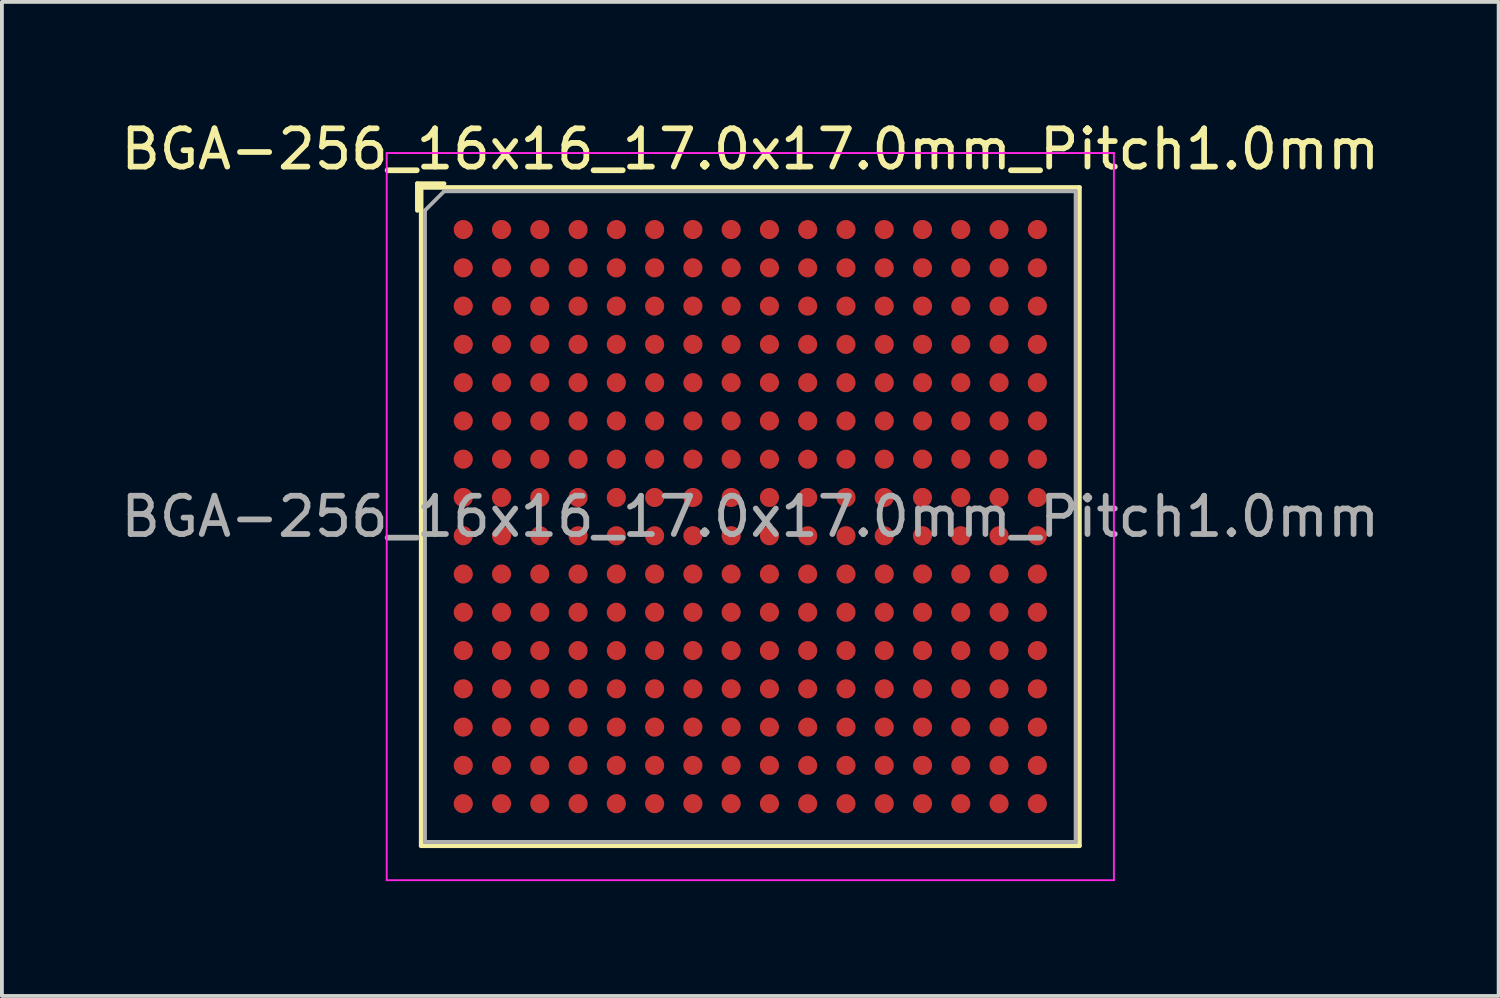
<source format=kicad_pcb>
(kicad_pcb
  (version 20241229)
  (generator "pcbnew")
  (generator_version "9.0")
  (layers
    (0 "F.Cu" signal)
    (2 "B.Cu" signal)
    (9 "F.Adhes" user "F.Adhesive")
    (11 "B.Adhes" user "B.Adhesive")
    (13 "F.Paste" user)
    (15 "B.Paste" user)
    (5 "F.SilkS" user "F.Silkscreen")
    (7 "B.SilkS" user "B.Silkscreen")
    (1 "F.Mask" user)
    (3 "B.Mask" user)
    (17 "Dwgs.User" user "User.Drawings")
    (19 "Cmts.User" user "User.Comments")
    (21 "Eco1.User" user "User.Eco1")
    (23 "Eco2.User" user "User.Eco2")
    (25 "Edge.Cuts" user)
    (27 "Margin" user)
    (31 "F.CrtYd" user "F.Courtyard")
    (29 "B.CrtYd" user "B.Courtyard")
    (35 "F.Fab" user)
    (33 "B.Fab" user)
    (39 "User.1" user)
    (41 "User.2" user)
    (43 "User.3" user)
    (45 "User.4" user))
  (footprint "BGA-256_16x16_17.0x17.0mm_Pitch1.0mm"
    (layer "F.Cu")
    (at 16.554 10.448)
    (property "Reference" "BGA-256_16x16_17.0x17.0mm_Pitch1.0mm" (at 0 -9.6 0) (layer "F.SilkS") (effects (font (size 1 1) (thickness 0.15))))
    (attr smd)
    (fp_line (start -8.7 -8.7) (end -8.7 -8) (stroke (width 0.12) (type solid)) (layer "F.SilkS"))
    (fp_line (start -8.6 -8.6) (end -8.6 8.6) (stroke (width 0.12) (type solid)) (layer "F.SilkS"))
    (fp_line (start -8.6 8.6) (end 8.6 8.6) (stroke (width 0.12) (type solid)) (layer "F.SilkS"))
    (fp_line (start -8 -8.7) (end -8.7 -8.7) (stroke (width 0.12) (type solid)) (layer "F.SilkS"))
    (fp_line (start 8.6 -8.6) (end -8.6 -8.6) (stroke (width 0.12) (type solid)) (layer "F.SilkS"))
    (fp_line (start 8.6 8.6) (end 8.6 -8.6) (stroke (width 0.12) (type solid)) (layer "F.SilkS"))
    (fp_line (start -9.5 -9.5) (end -9.5 9.5) (stroke (width 0.05) (type solid)) (layer "F.CrtYd"))
    (fp_line (start -9.5 -9.5) (end 9.5 -9.5) (stroke (width 0.05) (type solid)) (layer "F.CrtYd"))
    (fp_line (start 9.5 9.5) (end -9.5 9.5) (stroke (width 0.05) (type solid)) (layer "F.CrtYd"))
    (fp_line (start 9.5 9.5) (end 9.5 -9.5) (stroke (width 0.05) (type solid)) (layer "F.CrtYd"))
    (fp_line (start -8.5 -8) (end -8.5 8.5) (stroke (width 0.1) (type solid)) (layer "F.Fab"))
    (fp_line (start -8.5 8.5) (end 8.5 8.5) (stroke (width 0.1) (type solid)) (layer "F.Fab"))
    (fp_line (start -8 -8.5) (end -8.5 -8) (stroke (width 0.1) (type solid)) (layer "F.Fab"))
    (fp_line (start 8.5 -8.5) (end -8 -8.5) (stroke (width 0.1) (type solid)) (layer "F.Fab"))
    (fp_line (start 8.5 8.5) (end 8.5 -8.5) (stroke (width 0.1) (type solid)) (layer "F.Fab"))
    (fp_text user "${REFERENCE}" (at 0 0 0) (layer "F.Fab") (effects (font (size 1 1) (thickness 0.15))))
    (pad "A1" smd circle (at -7.5 -7.5) (size 0.5 0.5) (layers "F.Cu" "F.Mask" "F.Paste"))
    (pad "A2" smd circle (at -6.5 -7.5) (size 0.5 0.5) (layers "F.Cu" "F.Mask" "F.Paste"))
    (pad "A3" smd circle (at -5.5 -7.5) (size 0.5 0.5) (layers "F.Cu" "F.Mask" "F.Paste"))
    (pad "A4" smd circle (at -4.5 -7.5) (size 0.5 0.5) (layers "F.Cu" "F.Mask" "F.Paste"))
    (pad "A5" smd circle (at -3.5 -7.5) (size 0.5 0.5) (layers "F.Cu" "F.Mask" "F.Paste"))
    (pad "A6" smd circle (at -2.5 -7.5) (size 0.5 0.5) (layers "F.Cu" "F.Mask" "F.Paste"))
    (pad "A7" smd circle (at -1.5 -7.5) (size 0.5 0.5) (layers "F.Cu" "F.Mask" "F.Paste"))
    (pad "A8" smd circle (at -0.5 -7.5) (size 0.5 0.5) (layers "F.Cu" "F.Mask" "F.Paste"))
    (pad "A9" smd circle (at 0.5 -7.5) (size 0.5 0.5) (layers "F.Cu" "F.Mask" "F.Paste"))
    (pad "A10" smd circle (at 1.5 -7.5) (size 0.5 0.5) (layers "F.Cu" "F.Mask" "F.Paste"))
    (pad "A11" smd circle (at 2.5 -7.5) (size 0.5 0.5) (layers "F.Cu" "F.Mask" "F.Paste"))
    (pad "A12" smd circle (at 3.5 -7.5) (size 0.5 0.5) (layers "F.Cu" "F.Mask" "F.Paste"))
    (pad "A13" smd circle (at 4.5 -7.5) (size 0.5 0.5) (layers "F.Cu" "F.Mask" "F.Paste"))
    (pad "A14" smd circle (at 5.5 -7.5) (size 0.5 0.5) (layers "F.Cu" "F.Mask" "F.Paste"))
    (pad "A15" smd circle (at 6.5 -7.5) (size 0.5 0.5) (layers "F.Cu" "F.Mask" "F.Paste"))
    (pad "A16" smd circle (at 7.5 -7.5) (size 0.5 0.5) (layers "F.Cu" "F.Mask" "F.Paste"))
    (pad "B1" smd circle (at -7.5 -6.5) (size 0.5 0.5) (layers "F.Cu" "F.Mask" "F.Paste"))
    (pad "B2" smd circle (at -6.5 -6.5) (size 0.5 0.5) (layers "F.Cu" "F.Mask" "F.Paste"))
    (pad "B3" smd circle (at -5.5 -6.5) (size 0.5 0.5) (layers "F.Cu" "F.Mask" "F.Paste"))
    (pad "B4" smd circle (at -4.5 -6.5) (size 0.5 0.5) (layers "F.Cu" "F.Mask" "F.Paste"))
    (pad "B5" smd circle (at -3.5 -6.5) (size 0.5 0.5) (layers "F.Cu" "F.Mask" "F.Paste"))
    (pad "B6" smd circle (at -2.5 -6.5) (size 0.5 0.5) (layers "F.Cu" "F.Mask" "F.Paste"))
    (pad "B7" smd circle (at -1.5 -6.5) (size 0.5 0.5) (layers "F.Cu" "F.Mask" "F.Paste"))
    (pad "B8" smd circle (at -0.5 -6.5) (size 0.5 0.5) (layers "F.Cu" "F.Mask" "F.Paste"))
    (pad "B9" smd circle (at 0.5 -6.5) (size 0.5 0.5) (layers "F.Cu" "F.Mask" "F.Paste"))
    (pad "B10" smd circle (at 1.5 -6.5) (size 0.5 0.5) (layers "F.Cu" "F.Mask" "F.Paste"))
    (pad "B11" smd circle (at 2.5 -6.5) (size 0.5 0.5) (layers "F.Cu" "F.Mask" "F.Paste"))
    (pad "B12" smd circle (at 3.5 -6.5) (size 0.5 0.5) (layers "F.Cu" "F.Mask" "F.Paste"))
    (pad "B13" smd circle (at 4.5 -6.5) (size 0.5 0.5) (layers "F.Cu" "F.Mask" "F.Paste"))
    (pad "B14" smd circle (at 5.5 -6.5) (size 0.5 0.5) (layers "F.Cu" "F.Mask" "F.Paste"))
    (pad "B15" smd circle (at 6.5 -6.5) (size 0.5 0.5) (layers "F.Cu" "F.Mask" "F.Paste"))
    (pad "B16" smd circle (at 7.5 -6.5) (size 0.5 0.5) (layers "F.Cu" "F.Mask" "F.Paste"))
    (pad "C1" smd circle (at -7.5 -5.5) (size 0.5 0.5) (layers "F.Cu" "F.Mask" "F.Paste"))
    (pad "C2" smd circle (at -6.5 -5.5) (size 0.5 0.5) (layers "F.Cu" "F.Mask" "F.Paste"))
    (pad "C3" smd circle (at -5.5 -5.5) (size 0.5 0.5) (layers "F.Cu" "F.Mask" "F.Paste"))
    (pad "C4" smd circle (at -4.5 -5.5) (size 0.5 0.5) (layers "F.Cu" "F.Mask" "F.Paste"))
    (pad "C5" smd circle (at -3.5 -5.5) (size 0.5 0.5) (layers "F.Cu" "F.Mask" "F.Paste"))
    (pad "C6" smd circle (at -2.5 -5.5) (size 0.5 0.5) (layers "F.Cu" "F.Mask" "F.Paste"))
    (pad "C7" smd circle (at -1.5 -5.5) (size 0.5 0.5) (layers "F.Cu" "F.Mask" "F.Paste"))
    (pad "C8" smd circle (at -0.5 -5.5) (size 0.5 0.5) (layers "F.Cu" "F.Mask" "F.Paste"))
    (pad "C9" smd circle (at 0.5 -5.5) (size 0.5 0.5) (layers "F.Cu" "F.Mask" "F.Paste"))
    (pad "C10" smd circle (at 1.5 -5.5) (size 0.5 0.5) (layers "F.Cu" "F.Mask" "F.Paste"))
    (pad "C11" smd circle (at 2.5 -5.5) (size 0.5 0.5) (layers "F.Cu" "F.Mask" "F.Paste"))
    (pad "C12" smd circle (at 3.5 -5.5) (size 0.5 0.5) (layers "F.Cu" "F.Mask" "F.Paste"))
    (pad "C13" smd circle (at 4.5 -5.5) (size 0.5 0.5) (layers "F.Cu" "F.Mask" "F.Paste"))
    (pad "C14" smd circle (at 5.5 -5.5) (size 0.5 0.5) (layers "F.Cu" "F.Mask" "F.Paste"))
    (pad "C15" smd circle (at 6.5 -5.5) (size 0.5 0.5) (layers "F.Cu" "F.Mask" "F.Paste"))
    (pad "C16" smd circle (at 7.5 -5.5) (size 0.5 0.5) (layers "F.Cu" "F.Mask" "F.Paste"))
    (pad "D1" smd circle (at -7.5 -4.5) (size 0.5 0.5) (layers "F.Cu" "F.Mask" "F.Paste"))
    (pad "D2" smd circle (at -6.5 -4.5) (size 0.5 0.5) (layers "F.Cu" "F.Mask" "F.Paste"))
    (pad "D3" smd circle (at -5.5 -4.5) (size 0.5 0.5) (layers "F.Cu" "F.Mask" "F.Paste"))
    (pad "D4" smd circle (at -4.5 -4.5) (size 0.5 0.5) (layers "F.Cu" "F.Mask" "F.Paste"))
    (pad "D5" smd circle (at -3.5 -4.5) (size 0.5 0.5) (layers "F.Cu" "F.Mask" "F.Paste"))
    (pad "D6" smd circle (at -2.5 -4.5) (size 0.5 0.5) (layers "F.Cu" "F.Mask" "F.Paste"))
    (pad "D7" smd circle (at -1.5 -4.5) (size 0.5 0.5) (layers "F.Cu" "F.Mask" "F.Paste"))
    (pad "D8" smd circle (at -0.5 -4.5) (size 0.5 0.5) (layers "F.Cu" "F.Mask" "F.Paste"))
    (pad "D9" smd circle (at 0.5 -4.5) (size 0.5 0.5) (layers "F.Cu" "F.Mask" "F.Paste"))
    (pad "D10" smd circle (at 1.5 -4.5) (size 0.5 0.5) (layers "F.Cu" "F.Mask" "F.Paste"))
    (pad "D11" smd circle (at 2.5 -4.5) (size 0.5 0.5) (layers "F.Cu" "F.Mask" "F.Paste"))
    (pad "D12" smd circle (at 3.5 -4.5) (size 0.5 0.5) (layers "F.Cu" "F.Mask" "F.Paste"))
    (pad "D13" smd circle (at 4.5 -4.5) (size 0.5 0.5) (layers "F.Cu" "F.Mask" "F.Paste"))
    (pad "D14" smd circle (at 5.5 -4.5) (size 0.5 0.5) (layers "F.Cu" "F.Mask" "F.Paste"))
    (pad "D15" smd circle (at 6.5 -4.5) (size 0.5 0.5) (layers "F.Cu" "F.Mask" "F.Paste"))
    (pad "D16" smd circle (at 7.5 -4.5) (size 0.5 0.5) (layers "F.Cu" "F.Mask" "F.Paste"))
    (pad "E1" smd circle (at -7.5 -3.5) (size 0.5 0.5) (layers "F.Cu" "F.Mask" "F.Paste"))
    (pad "E2" smd circle (at -6.5 -3.5) (size 0.5 0.5) (layers "F.Cu" "F.Mask" "F.Paste"))
    (pad "E3" smd circle (at -5.5 -3.5) (size 0.5 0.5) (layers "F.Cu" "F.Mask" "F.Paste"))
    (pad "E4" smd circle (at -4.5 -3.5) (size 0.5 0.5) (layers "F.Cu" "F.Mask" "F.Paste"))
    (pad "E5" smd circle (at -3.5 -3.5) (size 0.5 0.5) (layers "F.Cu" "F.Mask" "F.Paste"))
    (pad "E6" smd circle (at -2.5 -3.5) (size 0.5 0.5) (layers "F.Cu" "F.Mask" "F.Paste"))
    (pad "E7" smd circle (at -1.5 -3.5) (size 0.5 0.5) (layers "F.Cu" "F.Mask" "F.Paste"))
    (pad "E8" smd circle (at -0.5 -3.5) (size 0.5 0.5) (layers "F.Cu" "F.Mask" "F.Paste"))
    (pad "E9" smd circle (at 0.5 -3.5) (size 0.5 0.5) (layers "F.Cu" "F.Mask" "F.Paste"))
    (pad "E10" smd circle (at 1.5 -3.5) (size 0.5 0.5) (layers "F.Cu" "F.Mask" "F.Paste"))
    (pad "E11" smd circle (at 2.5 -3.5) (size 0.5 0.5) (layers "F.Cu" "F.Mask" "F.Paste"))
    (pad "E12" smd circle (at 3.5 -3.5) (size 0.5 0.5) (layers "F.Cu" "F.Mask" "F.Paste"))
    (pad "E13" smd circle (at 4.5 -3.5) (size 0.5 0.5) (layers "F.Cu" "F.Mask" "F.Paste"))
    (pad "E14" smd circle (at 5.5 -3.5) (size 0.5 0.5) (layers "F.Cu" "F.Mask" "F.Paste"))
    (pad "E15" smd circle (at 6.5 -3.5) (size 0.5 0.5) (layers "F.Cu" "F.Mask" "F.Paste"))
    (pad "E16" smd circle (at 7.5 -3.5) (size 0.5 0.5) (layers "F.Cu" "F.Mask" "F.Paste"))
    (pad "F1" smd circle (at -7.5 -2.5) (size 0.5 0.5) (layers "F.Cu" "F.Mask" "F.Paste"))
    (pad "F2" smd circle (at -6.5 -2.5) (size 0.5 0.5) (layers "F.Cu" "F.Mask" "F.Paste"))
    (pad "F3" smd circle (at -5.5 -2.5) (size 0.5 0.5) (layers "F.Cu" "F.Mask" "F.Paste"))
    (pad "F4" smd circle (at -4.5 -2.5) (size 0.5 0.5) (layers "F.Cu" "F.Mask" "F.Paste"))
    (pad "F5" smd circle (at -3.5 -2.5) (size 0.5 0.5) (layers "F.Cu" "F.Mask" "F.Paste"))
    (pad "F6" smd circle (at -2.5 -2.5) (size 0.5 0.5) (layers "F.Cu" "F.Mask" "F.Paste"))
    (pad "F7" smd circle (at -1.5 -2.5) (size 0.5 0.5) (layers "F.Cu" "F.Mask" "F.Paste"))
    (pad "F8" smd circle (at -0.5 -2.5) (size 0.5 0.5) (layers "F.Cu" "F.Mask" "F.Paste"))
    (pad "F9" smd circle (at 0.5 -2.5) (size 0.5 0.5) (layers "F.Cu" "F.Mask" "F.Paste"))
    (pad "F10" smd circle (at 1.5 -2.5) (size 0.5 0.5) (layers "F.Cu" "F.Mask" "F.Paste"))
    (pad "F11" smd circle (at 2.5 -2.5) (size 0.5 0.5) (layers "F.Cu" "F.Mask" "F.Paste"))
    (pad "F12" smd circle (at 3.5 -2.5) (size 0.5 0.5) (layers "F.Cu" "F.Mask" "F.Paste"))
    (pad "F13" smd circle (at 4.5 -2.5) (size 0.5 0.5) (layers "F.Cu" "F.Mask" "F.Paste"))
    (pad "F14" smd circle (at 5.5 -2.5) (size 0.5 0.5) (layers "F.Cu" "F.Mask" "F.Paste"))
    (pad "F15" smd circle (at 6.5 -2.5) (size 0.5 0.5) (layers "F.Cu" "F.Mask" "F.Paste"))
    (pad "F16" smd circle (at 7.5 -2.5) (size 0.5 0.5) (layers "F.Cu" "F.Mask" "F.Paste"))
    (pad "G1" smd circle (at -7.5 -1.5) (size 0.5 0.5) (layers "F.Cu" "F.Mask" "F.Paste"))
    (pad "G2" smd circle (at -6.5 -1.5) (size 0.5 0.5) (layers "F.Cu" "F.Mask" "F.Paste"))
    (pad "G3" smd circle (at -5.5 -1.5) (size 0.5 0.5) (layers "F.Cu" "F.Mask" "F.Paste"))
    (pad "G4" smd circle (at -4.5 -1.5) (size 0.5 0.5) (layers "F.Cu" "F.Mask" "F.Paste"))
    (pad "G5" smd circle (at -3.5 -1.5) (size 0.5 0.5) (layers "F.Cu" "F.Mask" "F.Paste"))
    (pad "G6" smd circle (at -2.5 -1.5) (size 0.5 0.5) (layers "F.Cu" "F.Mask" "F.Paste"))
    (pad "G7" smd circle (at -1.5 -1.5) (size 0.5 0.5) (layers "F.Cu" "F.Mask" "F.Paste"))
    (pad "G8" smd circle (at -0.5 -1.5) (size 0.5 0.5) (layers "F.Cu" "F.Mask" "F.Paste"))
    (pad "G9" smd circle (at 0.5 -1.5) (size 0.5 0.5) (layers "F.Cu" "F.Mask" "F.Paste"))
    (pad "G10" smd circle (at 1.5 -1.5) (size 0.5 0.5) (layers "F.Cu" "F.Mask" "F.Paste"))
    (pad "G11" smd circle (at 2.5 -1.5) (size 0.5 0.5) (layers "F.Cu" "F.Mask" "F.Paste"))
    (pad "G12" smd circle (at 3.5 -1.5) (size 0.5 0.5) (layers "F.Cu" "F.Mask" "F.Paste"))
    (pad "G13" smd circle (at 4.5 -1.5) (size 0.5 0.5) (layers "F.Cu" "F.Mask" "F.Paste"))
    (pad "G14" smd circle (at 5.5 -1.5) (size 0.5 0.5) (layers "F.Cu" "F.Mask" "F.Paste"))
    (pad "G15" smd circle (at 6.5 -1.5) (size 0.5 0.5) (layers "F.Cu" "F.Mask" "F.Paste"))
    (pad "G16" smd circle (at 7.5 -1.5) (size 0.5 0.5) (layers "F.Cu" "F.Mask" "F.Paste"))
    (pad "H1" smd circle (at -7.5 -0.5) (size 0.5 0.5) (layers "F.Cu" "F.Mask" "F.Paste"))
    (pad "H2" smd circle (at -6.5 -0.5) (size 0.5 0.5) (layers "F.Cu" "F.Mask" "F.Paste"))
    (pad "H3" smd circle (at -5.5 -0.5) (size 0.5 0.5) (layers "F.Cu" "F.Mask" "F.Paste"))
    (pad "H4" smd circle (at -4.5 -0.5) (size 0.5 0.5) (layers "F.Cu" "F.Mask" "F.Paste"))
    (pad "H5" smd circle (at -3.5 -0.5) (size 0.5 0.5) (layers "F.Cu" "F.Mask" "F.Paste"))
    (pad "H6" smd circle (at -2.5 -0.5) (size 0.5 0.5) (layers "F.Cu" "F.Mask" "F.Paste"))
    (pad "H7" smd circle (at -1.5 -0.5) (size 0.5 0.5) (layers "F.Cu" "F.Mask" "F.Paste"))
    (pad "H8" smd circle (at -0.5 -0.5) (size 0.5 0.5) (layers "F.Cu" "F.Mask" "F.Paste"))
    (pad "H9" smd circle (at 0.5 -0.5) (size 0.5 0.5) (layers "F.Cu" "F.Mask" "F.Paste"))
    (pad "H10" smd circle (at 1.5 -0.5) (size 0.5 0.5) (layers "F.Cu" "F.Mask" "F.Paste"))
    (pad "H11" smd circle (at 2.5 -0.5) (size 0.5 0.5) (layers "F.Cu" "F.Mask" "F.Paste"))
    (pad "H12" smd circle (at 3.5 -0.5) (size 0.5 0.5) (layers "F.Cu" "F.Mask" "F.Paste"))
    (pad "H13" smd circle (at 4.5 -0.5) (size 0.5 0.5) (layers "F.Cu" "F.Mask" "F.Paste"))
    (pad "H14" smd circle (at 5.5 -0.5) (size 0.5 0.5) (layers "F.Cu" "F.Mask" "F.Paste"))
    (pad "H15" smd circle (at 6.5 -0.5) (size 0.5 0.5) (layers "F.Cu" "F.Mask" "F.Paste"))
    (pad "H16" smd circle (at 7.5 -0.5) (size 0.5 0.5) (layers "F.Cu" "F.Mask" "F.Paste"))
    (pad "J1" smd circle (at -7.5 0.5) (size 0.5 0.5) (layers "F.Cu" "F.Mask" "F.Paste"))
    (pad "J2" smd circle (at -6.5 0.5) (size 0.5 0.5) (layers "F.Cu" "F.Mask" "F.Paste"))
    (pad "J3" smd circle (at -5.5 0.5) (size 0.5 0.5) (layers "F.Cu" "F.Mask" "F.Paste"))
    (pad "J4" smd circle (at -4.5 0.5) (size 0.5 0.5) (layers "F.Cu" "F.Mask" "F.Paste"))
    (pad "J5" smd circle (at -3.5 0.5) (size 0.5 0.5) (layers "F.Cu" "F.Mask" "F.Paste"))
    (pad "J6" smd circle (at -2.5 0.5) (size 0.5 0.5) (layers "F.Cu" "F.Mask" "F.Paste"))
    (pad "J7" smd circle (at -1.5 0.5) (size 0.5 0.5) (layers "F.Cu" "F.Mask" "F.Paste"))
    (pad "J8" smd circle (at -0.5 0.5) (size 0.5 0.5) (layers "F.Cu" "F.Mask" "F.Paste"))
    (pad "J9" smd circle (at 0.5 0.5) (size 0.5 0.5) (layers "F.Cu" "F.Mask" "F.Paste"))
    (pad "J10" smd circle (at 1.5 0.5) (size 0.5 0.5) (layers "F.Cu" "F.Mask" "F.Paste"))
    (pad "J11" smd circle (at 2.5 0.5) (size 0.5 0.5) (layers "F.Cu" "F.Mask" "F.Paste"))
    (pad "J12" smd circle (at 3.5 0.5) (size 0.5 0.5) (layers "F.Cu" "F.Mask" "F.Paste"))
    (pad "J13" smd circle (at 4.5 0.5) (size 0.5 0.5) (layers "F.Cu" "F.Mask" "F.Paste"))
    (pad "J14" smd circle (at 5.5 0.5) (size 0.5 0.5) (layers "F.Cu" "F.Mask" "F.Paste"))
    (pad "J15" smd circle (at 6.5 0.5) (size 0.5 0.5) (layers "F.Cu" "F.Mask" "F.Paste"))
    (pad "J16" smd circle (at 7.5 0.5) (size 0.5 0.5) (layers "F.Cu" "F.Mask" "F.Paste"))
    (pad "K1" smd circle (at -7.5 1.5) (size 0.5 0.5) (layers "F.Cu" "F.Mask" "F.Paste"))
    (pad "K2" smd circle (at -6.5 1.5) (size 0.5 0.5) (layers "F.Cu" "F.Mask" "F.Paste"))
    (pad "K3" smd circle (at -5.5 1.5) (size 0.5 0.5) (layers "F.Cu" "F.Mask" "F.Paste"))
    (pad "K4" smd circle (at -4.5 1.5) (size 0.5 0.5) (layers "F.Cu" "F.Mask" "F.Paste"))
    (pad "K5" smd circle (at -3.5 1.5) (size 0.5 0.5) (layers "F.Cu" "F.Mask" "F.Paste"))
    (pad "K6" smd circle (at -2.5 1.5) (size 0.5 0.5) (layers "F.Cu" "F.Mask" "F.Paste"))
    (pad "K7" smd circle (at -1.5 1.5) (size 0.5 0.5) (layers "F.Cu" "F.Mask" "F.Paste"))
    (pad "K8" smd circle (at -0.5 1.5) (size 0.5 0.5) (layers "F.Cu" "F.Mask" "F.Paste"))
    (pad "K9" smd circle (at 0.5 1.5) (size 0.5 0.5) (layers "F.Cu" "F.Mask" "F.Paste"))
    (pad "K10" smd circle (at 1.5 1.5) (size 0.5 0.5) (layers "F.Cu" "F.Mask" "F.Paste"))
    (pad "K11" smd circle (at 2.5 1.5) (size 0.5 0.5) (layers "F.Cu" "F.Mask" "F.Paste"))
    (pad "K12" smd circle (at 3.5 1.5) (size 0.5 0.5) (layers "F.Cu" "F.Mask" "F.Paste"))
    (pad "K13" smd circle (at 4.5 1.5) (size 0.5 0.5) (layers "F.Cu" "F.Mask" "F.Paste"))
    (pad "K14" smd circle (at 5.5 1.5) (size 0.5 0.5) (layers "F.Cu" "F.Mask" "F.Paste"))
    (pad "K15" smd circle (at 6.5 1.5) (size 0.5 0.5) (layers "F.Cu" "F.Mask" "F.Paste"))
    (pad "K16" smd circle (at 7.5 1.5) (size 0.5 0.5) (layers "F.Cu" "F.Mask" "F.Paste"))
    (pad "L1" smd circle (at -7.5 2.5) (size 0.5 0.5) (layers "F.Cu" "F.Mask" "F.Paste"))
    (pad "L2" smd circle (at -6.5 2.5) (size 0.5 0.5) (layers "F.Cu" "F.Mask" "F.Paste"))
    (pad "L3" smd circle (at -5.5 2.5) (size 0.5 0.5) (layers "F.Cu" "F.Mask" "F.Paste"))
    (pad "L4" smd circle (at -4.5 2.5) (size 0.5 0.5) (layers "F.Cu" "F.Mask" "F.Paste"))
    (pad "L5" smd circle (at -3.5 2.5) (size 0.5 0.5) (layers "F.Cu" "F.Mask" "F.Paste"))
    (pad "L6" smd circle (at -2.5 2.5) (size 0.5 0.5) (layers "F.Cu" "F.Mask" "F.Paste"))
    (pad "L7" smd circle (at -1.5 2.5) (size 0.5 0.5) (layers "F.Cu" "F.Mask" "F.Paste"))
    (pad "L8" smd circle (at -0.5 2.5) (size 0.5 0.5) (layers "F.Cu" "F.Mask" "F.Paste"))
    (pad "L9" smd circle (at 0.5 2.5) (size 0.5 0.5) (layers "F.Cu" "F.Mask" "F.Paste"))
    (pad "L10" smd circle (at 1.5 2.5) (size 0.5 0.5) (layers "F.Cu" "F.Mask" "F.Paste"))
    (pad "L11" smd circle (at 2.5 2.5) (size 0.5 0.5) (layers "F.Cu" "F.Mask" "F.Paste"))
    (pad "L12" smd circle (at 3.5 2.5) (size 0.5 0.5) (layers "F.Cu" "F.Mask" "F.Paste"))
    (pad "L13" smd circle (at 4.5 2.5) (size 0.5 0.5) (layers "F.Cu" "F.Mask" "F.Paste"))
    (pad "L14" smd circle (at 5.5 2.5) (size 0.5 0.5) (layers "F.Cu" "F.Mask" "F.Paste"))
    (pad "L15" smd circle (at 6.5 2.5) (size 0.5 0.5) (layers "F.Cu" "F.Mask" "F.Paste"))
    (pad "L16" smd circle (at 7.5 2.5) (size 0.5 0.5) (layers "F.Cu" "F.Mask" "F.Paste"))
    (pad "M1" smd circle (at -7.5 3.5) (size 0.5 0.5) (layers "F.Cu" "F.Mask" "F.Paste"))
    (pad "M2" smd circle (at -6.5 3.5) (size 0.5 0.5) (layers "F.Cu" "F.Mask" "F.Paste"))
    (pad "M3" smd circle (at -5.5 3.5) (size 0.5 0.5) (layers "F.Cu" "F.Mask" "F.Paste"))
    (pad "M4" smd circle (at -4.5 3.5) (size 0.5 0.5) (layers "F.Cu" "F.Mask" "F.Paste"))
    (pad "M5" smd circle (at -3.5 3.5) (size 0.5 0.5) (layers "F.Cu" "F.Mask" "F.Paste"))
    (pad "M6" smd circle (at -2.5 3.5) (size 0.5 0.5) (layers "F.Cu" "F.Mask" "F.Paste"))
    (pad "M7" smd circle (at -1.5 3.5) (size 0.5 0.5) (layers "F.Cu" "F.Mask" "F.Paste"))
    (pad "M8" smd circle (at -0.5 3.5) (size 0.5 0.5) (layers "F.Cu" "F.Mask" "F.Paste"))
    (pad "M9" smd circle (at 0.5 3.5) (size 0.5 0.5) (layers "F.Cu" "F.Mask" "F.Paste"))
    (pad "M10" smd circle (at 1.5 3.5) (size 0.5 0.5) (layers "F.Cu" "F.Mask" "F.Paste"))
    (pad "M11" smd circle (at 2.5 3.5) (size 0.5 0.5) (layers "F.Cu" "F.Mask" "F.Paste"))
    (pad "M12" smd circle (at 3.5 3.5) (size 0.5 0.5) (layers "F.Cu" "F.Mask" "F.Paste"))
    (pad "M13" smd circle (at 4.5 3.5) (size 0.5 0.5) (layers "F.Cu" "F.Mask" "F.Paste"))
    (pad "M14" smd circle (at 5.5 3.5) (size 0.5 0.5) (layers "F.Cu" "F.Mask" "F.Paste"))
    (pad "M15" smd circle (at 6.5 3.5) (size 0.5 0.5) (layers "F.Cu" "F.Mask" "F.Paste"))
    (pad "M16" smd circle (at 7.5 3.5) (size 0.5 0.5) (layers "F.Cu" "F.Mask" "F.Paste"))
    (pad "N1" smd circle (at -7.5 4.5) (size 0.5 0.5) (layers "F.Cu" "F.Mask" "F.Paste"))
    (pad "N2" smd circle (at -6.5 4.5) (size 0.5 0.5) (layers "F.Cu" "F.Mask" "F.Paste"))
    (pad "N3" smd circle (at -5.5 4.5) (size 0.5 0.5) (layers "F.Cu" "F.Mask" "F.Paste"))
    (pad "N4" smd circle (at -4.5 4.5) (size 0.5 0.5) (layers "F.Cu" "F.Mask" "F.Paste"))
    (pad "N5" smd circle (at -3.5 4.5) (size 0.5 0.5) (layers "F.Cu" "F.Mask" "F.Paste"))
    (pad "N6" smd circle (at -2.5 4.5) (size 0.5 0.5) (layers "F.Cu" "F.Mask" "F.Paste"))
    (pad "N7" smd circle (at -1.5 4.5) (size 0.5 0.5) (layers "F.Cu" "F.Mask" "F.Paste"))
    (pad "N8" smd circle (at -0.5 4.5) (size 0.5 0.5) (layers "F.Cu" "F.Mask" "F.Paste"))
    (pad "N9" smd circle (at 0.5 4.5) (size 0.5 0.5) (layers "F.Cu" "F.Mask" "F.Paste"))
    (pad "N10" smd circle (at 1.5 4.5) (size 0.5 0.5) (layers "F.Cu" "F.Mask" "F.Paste"))
    (pad "N11" smd circle (at 2.5 4.5) (size 0.5 0.5) (layers "F.Cu" "F.Mask" "F.Paste"))
    (pad "N12" smd circle (at 3.5 4.5) (size 0.5 0.5) (layers "F.Cu" "F.Mask" "F.Paste"))
    (pad "N13" smd circle (at 4.5 4.5) (size 0.5 0.5) (layers "F.Cu" "F.Mask" "F.Paste"))
    (pad "N14" smd circle (at 5.5 4.5) (size 0.5 0.5) (layers "F.Cu" "F.Mask" "F.Paste"))
    (pad "N15" smd circle (at 6.5 4.5) (size 0.5 0.5) (layers "F.Cu" "F.Mask" "F.Paste"))
    (pad "N16" smd circle (at 7.5 4.5) (size 0.5 0.5) (layers "F.Cu" "F.Mask" "F.Paste"))
    (pad "P1" smd circle (at -7.5 5.5) (size 0.5 0.5) (layers "F.Cu" "F.Mask" "F.Paste"))
    (pad "P2" smd circle (at -6.5 5.5) (size 0.5 0.5) (layers "F.Cu" "F.Mask" "F.Paste"))
    (pad "P3" smd circle (at -5.5 5.5) (size 0.5 0.5) (layers "F.Cu" "F.Mask" "F.Paste"))
    (pad "P4" smd circle (at -4.5 5.5) (size 0.5 0.5) (layers "F.Cu" "F.Mask" "F.Paste"))
    (pad "P5" smd circle (at -3.5 5.5) (size 0.5 0.5) (layers "F.Cu" "F.Mask" "F.Paste"))
    (pad "P6" smd circle (at -2.5 5.5) (size 0.5 0.5) (layers "F.Cu" "F.Mask" "F.Paste"))
    (pad "P7" smd circle (at -1.5 5.5) (size 0.5 0.5) (layers "F.Cu" "F.Mask" "F.Paste"))
    (pad "P8" smd circle (at -0.5 5.5) (size 0.5 0.5) (layers "F.Cu" "F.Mask" "F.Paste"))
    (pad "P9" smd circle (at 0.5 5.5) (size 0.5 0.5) (layers "F.Cu" "F.Mask" "F.Paste"))
    (pad "P10" smd circle (at 1.5 5.5) (size 0.5 0.5) (layers "F.Cu" "F.Mask" "F.Paste"))
    (pad "P11" smd circle (at 2.5 5.5) (size 0.5 0.5) (layers "F.Cu" "F.Mask" "F.Paste"))
    (pad "P12" smd circle (at 3.5 5.5) (size 0.5 0.5) (layers "F.Cu" "F.Mask" "F.Paste"))
    (pad "P13" smd circle (at 4.5 5.5) (size 0.5 0.5) (layers "F.Cu" "F.Mask" "F.Paste"))
    (pad "P14" smd circle (at 5.5 5.5) (size 0.5 0.5) (layers "F.Cu" "F.Mask" "F.Paste"))
    (pad "P15" smd circle (at 6.5 5.5) (size 0.5 0.5) (layers "F.Cu" "F.Mask" "F.Paste"))
    (pad "P16" smd circle (at 7.5 5.5) (size 0.5 0.5) (layers "F.Cu" "F.Mask" "F.Paste"))
    (pad "R1" smd circle (at -7.5 6.5) (size 0.5 0.5) (layers "F.Cu" "F.Mask" "F.Paste"))
    (pad "R2" smd circle (at -6.5 6.5) (size 0.5 0.5) (layers "F.Cu" "F.Mask" "F.Paste"))
    (pad "R3" smd circle (at -5.5 6.5) (size 0.5 0.5) (layers "F.Cu" "F.Mask" "F.Paste"))
    (pad "R4" smd circle (at -4.5 6.5) (size 0.5 0.5) (layers "F.Cu" "F.Mask" "F.Paste"))
    (pad "R5" smd circle (at -3.5 6.5) (size 0.5 0.5) (layers "F.Cu" "F.Mask" "F.Paste"))
    (pad "R6" smd circle (at -2.5 6.5) (size 0.5 0.5) (layers "F.Cu" "F.Mask" "F.Paste"))
    (pad "R7" smd circle (at -1.5 6.5) (size 0.5 0.5) (layers "F.Cu" "F.Mask" "F.Paste"))
    (pad "R8" smd circle (at -0.5 6.5) (size 0.5 0.5) (layers "F.Cu" "F.Mask" "F.Paste"))
    (pad "R9" smd circle (at 0.5 6.5) (size 0.5 0.5) (layers "F.Cu" "F.Mask" "F.Paste"))
    (pad "R10" smd circle (at 1.5 6.5) (size 0.5 0.5) (layers "F.Cu" "F.Mask" "F.Paste"))
    (pad "R11" smd circle (at 2.5 6.5) (size 0.5 0.5) (layers "F.Cu" "F.Mask" "F.Paste"))
    (pad "R12" smd circle (at 3.5 6.5) (size 0.5 0.5) (layers "F.Cu" "F.Mask" "F.Paste"))
    (pad "R13" smd circle (at 4.5 6.5) (size 0.5 0.5) (layers "F.Cu" "F.Mask" "F.Paste"))
    (pad "R14" smd circle (at 5.5 6.5) (size 0.5 0.5) (layers "F.Cu" "F.Mask" "F.Paste"))
    (pad "R15" smd circle (at 6.5 6.5) (size 0.5 0.5) (layers "F.Cu" "F.Mask" "F.Paste"))
    (pad "R16" smd circle (at 7.5 6.5) (size 0.5 0.5) (layers "F.Cu" "F.Mask" "F.Paste"))
    (pad "T1" smd circle (at -7.5 7.5) (size 0.5 0.5) (layers "F.Cu" "F.Mask" "F.Paste"))
    (pad "T2" smd circle (at -6.5 7.5) (size 0.5 0.5) (layers "F.Cu" "F.Mask" "F.Paste"))
    (pad "T3" smd circle (at -5.5 7.5) (size 0.5 0.5) (layers "F.Cu" "F.Mask" "F.Paste"))
    (pad "T4" smd circle (at -4.5 7.5) (size 0.5 0.5) (layers "F.Cu" "F.Mask" "F.Paste"))
    (pad "T5" smd circle (at -3.5 7.5) (size 0.5 0.5) (layers "F.Cu" "F.Mask" "F.Paste"))
    (pad "T6" smd circle (at -2.5 7.5) (size 0.5 0.5) (layers "F.Cu" "F.Mask" "F.Paste"))
    (pad "T7" smd circle (at -1.5 7.5) (size 0.5 0.5) (layers "F.Cu" "F.Mask" "F.Paste"))
    (pad "T8" smd circle (at -0.5 7.5) (size 0.5 0.5) (layers "F.Cu" "F.Mask" "F.Paste"))
    (pad "T9" smd circle (at 0.5 7.5) (size 0.5 0.5) (layers "F.Cu" "F.Mask" "F.Paste"))
    (pad "T10" smd circle (at 1.5 7.5) (size 0.5 0.5) (layers "F.Cu" "F.Mask" "F.Paste"))
    (pad "T11" smd circle (at 2.5 7.5) (size 0.5 0.5) (layers "F.Cu" "F.Mask" "F.Paste"))
    (pad "T12" smd circle (at 3.5 7.5) (size 0.5 0.5) (layers "F.Cu" "F.Mask" "F.Paste"))
    (pad "T13" smd circle (at 4.5 7.5) (size 0.5 0.5) (layers "F.Cu" "F.Mask" "F.Paste"))
    (pad "T14" smd circle (at 5.5 7.5) (size 0.5 0.5) (layers "F.Cu" "F.Mask" "F.Paste"))
    (pad "T15" smd circle (at 6.5 7.5) (size 0.5 0.5) (layers "F.Cu" "F.Mask" "F.Paste"))
    (pad "T16" smd circle (at 7.5 7.5) (size 0.5 0.5) (layers "F.Cu" "F.Mask" "F.Paste")))
  (gr_rect
    (start -3 -3)
    (end 36.107 22.973)
    (stroke (width 0.1) (type default))
    (fill no)
    (layer "Edge.Cuts")))
</source>
